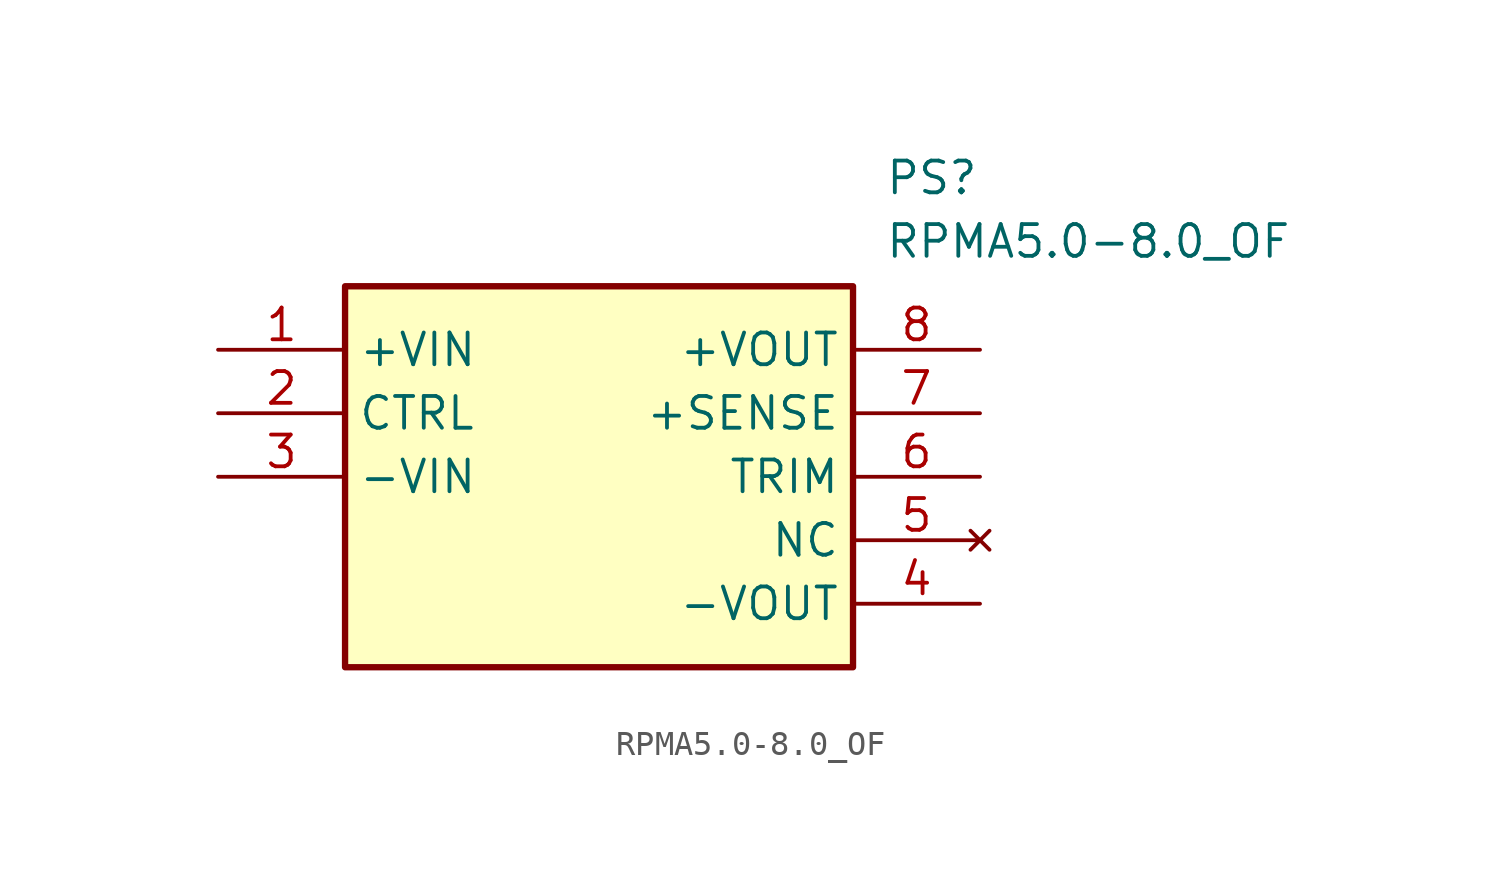
<source format=kicad_sym>
(kicad_symbol_lib
  (version 20241209)
  (generator "kicad_symbol_editor")
  (generator_version "9.0")
  (symbol "RPMA5.0-8.0_OF"
    (property "Reference" "PS"
      (at 26.67 7.62 0)
      (effects (font (size 1.27 1.27)) (justify left top)))
    (property "Value" "RPMA5.0-8.0_OF"
      (at 26.67 5.08 0)
      (effects (font (size 1.27 1.27)) (justify left top)))
    (rectangle
      (start 5.08 2.54)
      (end 25.4 -12.7)
      (stroke (width 0.254) (type default))
      (fill (type background)))
    (pin passive line
      (at 0 0 0)
      (length 5.08)
      (name "+VIN" (effects (font (size 1.27 1.27))))
      (number "1" (effects (font (size 1.27 1.27)))))
    (pin passive line
      (at 0 -2.54 0)
      (length 5.08)
      (name "CTRL" (effects (font (size 1.27 1.27))))
      (number "2" (effects (font (size 1.27 1.27)))))
    (pin passive line
      (at 0 -5.08 0)
      (length 5.08)
      (name "-VIN" (effects (font (size 1.27 1.27))))
      (number "3" (effects (font (size 1.27 1.27)))))
    (pin passive line
      (at 30.48 -10.16 180)
      (length 5.08)
      (name "-VOUT" (effects (font (size 1.27 1.27))))
      (number "4" (effects (font (size 1.27 1.27)))))
    (pin no_connect line
      (at 30.48 -7.62 180)
      (length 5.08)
      (name "NC" (effects (font (size 1.27 1.27))))
      (number "5" (effects (font (size 1.27 1.27)))))
    (pin passive line
      (at 30.48 -5.08 180)
      (length 5.08)
      (name "TRIM" (effects (font (size 1.27 1.27))))
      (number "6" (effects (font (size 1.27 1.27)))))
    (pin passive line
      (at 30.48 -2.54 180)
      (length 5.08)
      (name "+SENSE" (effects (font (size 1.27 1.27))))
      (number "7" (effects (font (size 1.27 1.27)))))
    (pin passive line
      (at 30.48 0 180)
      (length 5.08)
      (name "+VOUT" (effects (font (size 1.27 1.27))))
      (number "8" (effects (font (size 1.27 1.27)))))))
</source>
